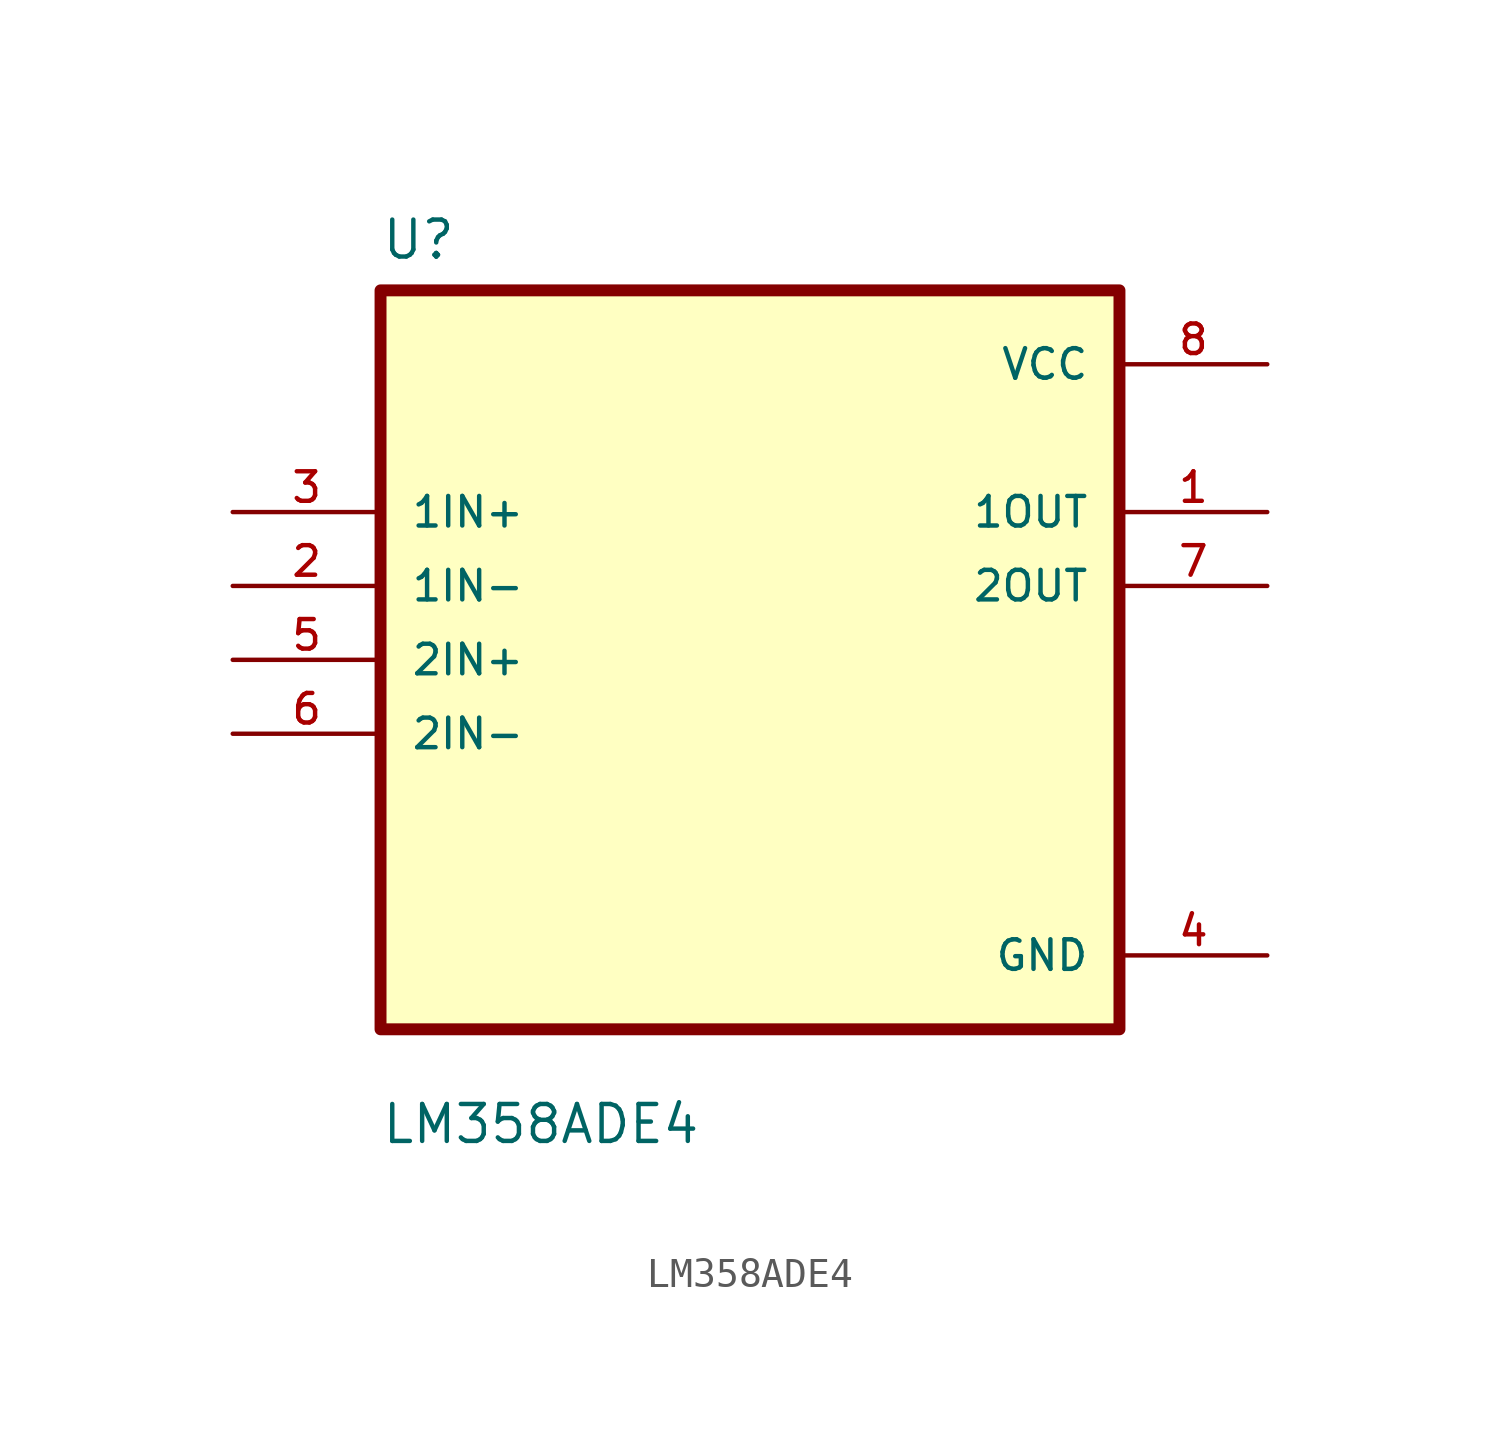
<source format=kicad_sym>
(kicad_symbol_lib
  (version 20211014)
  (generator kicad_symbol_editor)
  (symbol "LM358ADE4"
    (pin_names
      (offset 1.016))
    (property "Reference" "U"
      (at -12.7 13.7 0.0)
      (effects (font (size 1.27 1.27)) (justify bottom left)))
    (property "Value" "LM358ADE4"
      (at -12.7 -16.7 0.0)
      (effects (font (size 1.27 1.27)) (justify bottom left)))
    (symbol "LM358ADE4_0_0"
      (rectangle (start -12.7 -12.7) (end 12.7 12.7) (stroke (width 0.41)) (fill (type background)))
      (pin input line (at -17.78 5.08 0) (length 5.08) (name "1IN+" (effects (font (size 1.016 1.016)))) (number "3" (effects (font (size 1.016 1.016)))))
      (pin input line (at -17.78 2.54 0) (length 5.08) (name "1IN-" (effects (font (size 1.016 1.016)))) (number "2" (effects (font (size 1.016 1.016)))))
      (pin input line (at -17.78 -8.88178e-16 0) (length 5.08) (name "2IN+" (effects (font (size 1.016 1.016)))) (number "5" (effects (font (size 1.016 1.016)))))
      (pin input line (at -17.78 -2.54 0) (length 5.08) (name "2IN-" (effects (font (size 1.016 1.016)))) (number "6" (effects (font (size 1.016 1.016)))))
      (pin power_in line (at 17.78 10.16 180.0) (length 5.08) (name "VCC" (effects (font (size 1.016 1.016)))) (number "8" (effects (font (size 1.016 1.016)))))
      (pin output line (at 17.78 5.08 180.0) (length 5.08) (name "1OUT" (effects (font (size 1.016 1.016)))) (number "1" (effects (font (size 1.016 1.016)))))
      (pin output line (at 17.78 2.54 180.0) (length 5.08) (name "2OUT" (effects (font (size 1.016 1.016)))) (number "7" (effects (font (size 1.016 1.016)))))
      (pin power_in line (at 17.78 -10.16 180.0) (length 5.08) (name "GND" (effects (font (size 1.016 1.016)))) (number "4" (effects (font (size 1.016 1.016))))))))
</source>
